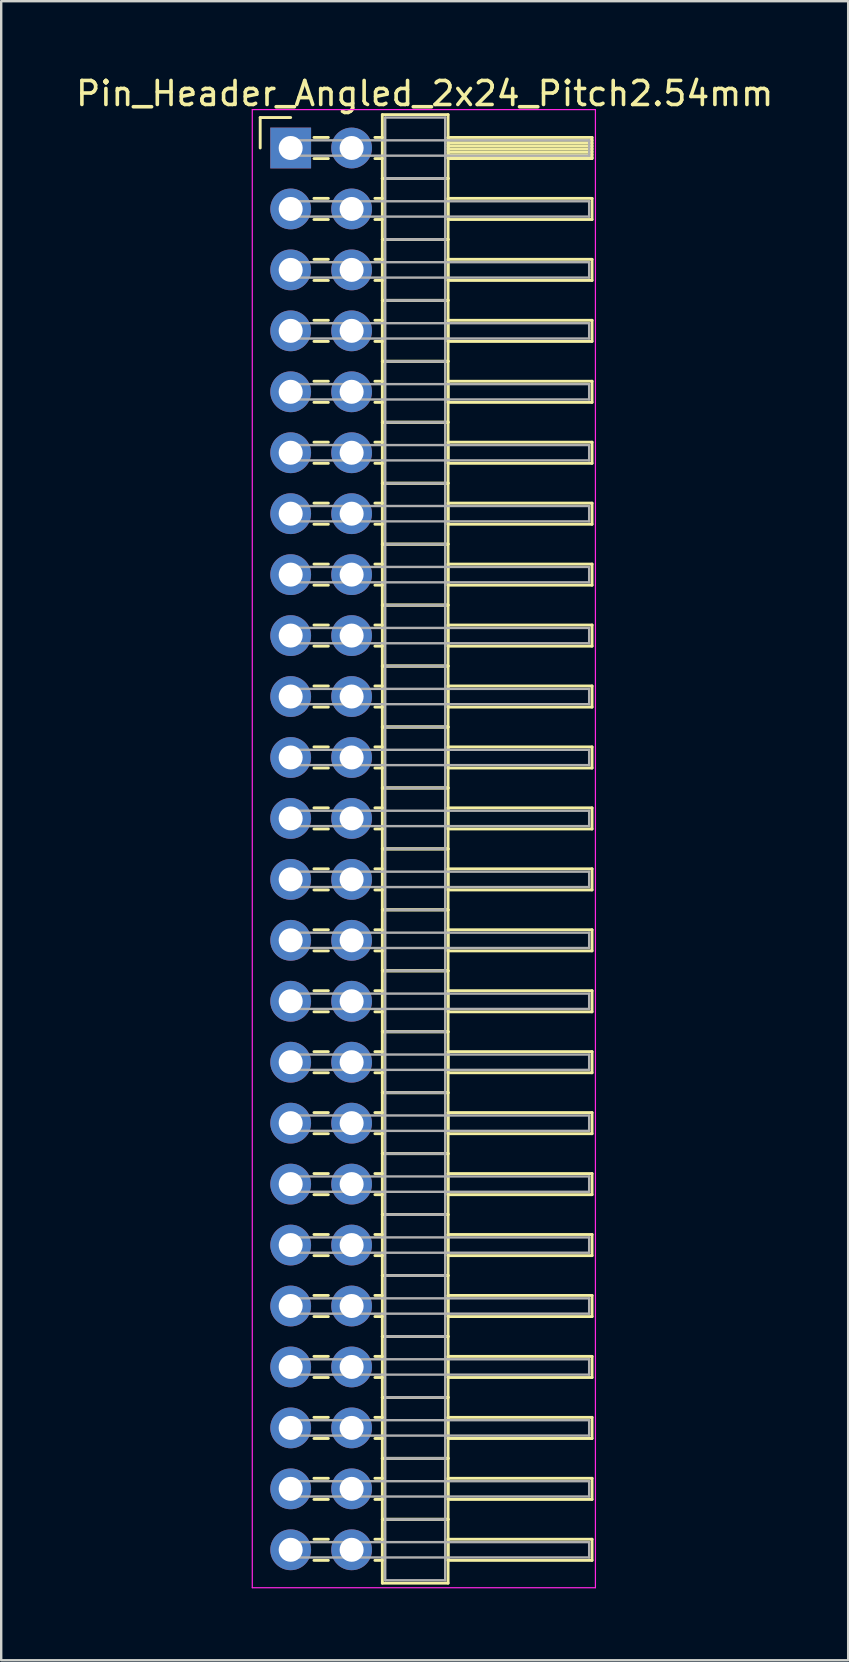
<source format=kicad_pcb>
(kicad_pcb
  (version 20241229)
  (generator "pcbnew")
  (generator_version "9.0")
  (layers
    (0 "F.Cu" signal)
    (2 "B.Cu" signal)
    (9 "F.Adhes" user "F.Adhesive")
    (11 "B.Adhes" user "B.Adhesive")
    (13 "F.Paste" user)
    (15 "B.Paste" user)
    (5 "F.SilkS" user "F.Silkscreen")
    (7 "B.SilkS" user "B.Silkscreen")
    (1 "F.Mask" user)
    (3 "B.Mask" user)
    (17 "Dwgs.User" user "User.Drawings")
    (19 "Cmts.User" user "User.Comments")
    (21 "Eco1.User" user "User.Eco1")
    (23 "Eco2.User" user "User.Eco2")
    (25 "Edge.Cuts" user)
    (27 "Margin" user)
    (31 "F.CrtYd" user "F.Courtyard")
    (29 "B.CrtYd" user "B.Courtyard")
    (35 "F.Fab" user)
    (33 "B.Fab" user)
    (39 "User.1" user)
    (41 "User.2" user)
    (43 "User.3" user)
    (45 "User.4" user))
  (footprint "Pin_Header_Angled_2x24_Pitch2.54mm"
    (layer "F.Cu")
    (at 9.064 3.118)
    (property "Reference" "Pin_Header_Angled_2x24_Pitch2.54mm" (at 5.585 -2.27 0) (layer "F.SilkS") (effects (font (size 1 1) (thickness 0.15))))
    (attr through_hole)
    (fp_line (start -1.27 -1.27) (end 0 -1.27) (stroke (width 0.12) (type solid)) (layer "F.SilkS"))
    (fp_line (start -1.27 0) (end -1.27 -1.27) (stroke (width 0.12) (type solid)) (layer "F.SilkS"))
    (fp_line (start 0.97 -0.44) (end 1.57 -0.44) (stroke (width 0.12) (type solid)) (layer "F.SilkS"))
    (fp_line (start 0.97 0.44) (end 1.57 0.44) (stroke (width 0.12) (type solid)) (layer "F.SilkS"))
    (fp_line (start 0.97 2.1) (end 1.57 2.1) (stroke (width 0.12) (type solid)) (layer "F.SilkS"))
    (fp_line (start 0.97 2.98) (end 1.57 2.98) (stroke (width 0.12) (type solid)) (layer "F.SilkS"))
    (fp_line (start 0.97 4.64) (end 1.57 4.64) (stroke (width 0.12) (type solid)) (layer "F.SilkS"))
    (fp_line (start 0.97 5.52) (end 1.57 5.52) (stroke (width 0.12) (type solid)) (layer "F.SilkS"))
    (fp_line (start 0.97 7.18) (end 1.57 7.18) (stroke (width 0.12) (type solid)) (layer "F.SilkS"))
    (fp_line (start 0.97 8.06) (end 1.57 8.06) (stroke (width 0.12) (type solid)) (layer "F.SilkS"))
    (fp_line (start 0.97 9.72) (end 1.57 9.72) (stroke (width 0.12) (type solid)) (layer "F.SilkS"))
    (fp_line (start 0.97 10.6) (end 1.57 10.6) (stroke (width 0.12) (type solid)) (layer "F.SilkS"))
    (fp_line (start 0.97 12.26) (end 1.57 12.26) (stroke (width 0.12) (type solid)) (layer "F.SilkS"))
    (fp_line (start 0.97 13.14) (end 1.57 13.14) (stroke (width 0.12) (type solid)) (layer "F.SilkS"))
    (fp_line (start 0.97 14.8) (end 1.57 14.8) (stroke (width 0.12) (type solid)) (layer "F.SilkS"))
    (fp_line (start 0.97 15.68) (end 1.57 15.68) (stroke (width 0.12) (type solid)) (layer "F.SilkS"))
    (fp_line (start 0.97 17.34) (end 1.57 17.34) (stroke (width 0.12) (type solid)) (layer "F.SilkS"))
    (fp_line (start 0.97 18.22) (end 1.57 18.22) (stroke (width 0.12) (type solid)) (layer "F.SilkS"))
    (fp_line (start 0.97 19.88) (end 1.57 19.88) (stroke (width 0.12) (type solid)) (layer "F.SilkS"))
    (fp_line (start 0.97 20.76) (end 1.57 20.76) (stroke (width 0.12) (type solid)) (layer "F.SilkS"))
    (fp_line (start 0.97 22.42) (end 1.57 22.42) (stroke (width 0.12) (type solid)) (layer "F.SilkS"))
    (fp_line (start 0.97 23.3) (end 1.57 23.3) (stroke (width 0.12) (type solid)) (layer "F.SilkS"))
    (fp_line (start 0.97 24.96) (end 1.57 24.96) (stroke (width 0.12) (type solid)) (layer "F.SilkS"))
    (fp_line (start 0.97 25.84) (end 1.57 25.84) (stroke (width 0.12) (type solid)) (layer "F.SilkS"))
    (fp_line (start 0.97 27.5) (end 1.57 27.5) (stroke (width 0.12) (type solid)) (layer "F.SilkS"))
    (fp_line (start 0.97 28.38) (end 1.57 28.38) (stroke (width 0.12) (type solid)) (layer "F.SilkS"))
    (fp_line (start 0.97 30.04) (end 1.57 30.04) (stroke (width 0.12) (type solid)) (layer "F.SilkS"))
    (fp_line (start 0.97 30.92) (end 1.57 30.92) (stroke (width 0.12) (type solid)) (layer "F.SilkS"))
    (fp_line (start 0.97 32.58) (end 1.57 32.58) (stroke (width 0.12) (type solid)) (layer "F.SilkS"))
    (fp_line (start 0.97 33.46) (end 1.57 33.46) (stroke (width 0.12) (type solid)) (layer "F.SilkS"))
    (fp_line (start 0.97 35.12) (end 1.57 35.12) (stroke (width 0.12) (type solid)) (layer "F.SilkS"))
    (fp_line (start 0.97 36) (end 1.57 36) (stroke (width 0.12) (type solid)) (layer "F.SilkS"))
    (fp_line (start 0.97 37.66) (end 1.57 37.66) (stroke (width 0.12) (type solid)) (layer "F.SilkS"))
    (fp_line (start 0.97 38.54) (end 1.57 38.54) (stroke (width 0.12) (type solid)) (layer "F.SilkS"))
    (fp_line (start 0.97 40.2) (end 1.57 40.2) (stroke (width 0.12) (type solid)) (layer "F.SilkS"))
    (fp_line (start 0.97 41.08) (end 1.57 41.08) (stroke (width 0.12) (type solid)) (layer "F.SilkS"))
    (fp_line (start 0.97 42.74) (end 1.57 42.74) (stroke (width 0.12) (type solid)) (layer "F.SilkS"))
    (fp_line (start 0.97 43.62) (end 1.57 43.62) (stroke (width 0.12) (type solid)) (layer "F.SilkS"))
    (fp_line (start 0.97 45.28) (end 1.57 45.28) (stroke (width 0.12) (type solid)) (layer "F.SilkS"))
    (fp_line (start 0.97 46.16) (end 1.57 46.16) (stroke (width 0.12) (type solid)) (layer "F.SilkS"))
    (fp_line (start 0.97 47.82) (end 1.57 47.82) (stroke (width 0.12) (type solid)) (layer "F.SilkS"))
    (fp_line (start 0.97 48.7) (end 1.57 48.7) (stroke (width 0.12) (type solid)) (layer "F.SilkS"))
    (fp_line (start 0.97 50.36) (end 1.57 50.36) (stroke (width 0.12) (type solid)) (layer "F.SilkS"))
    (fp_line (start 0.97 51.24) (end 1.57 51.24) (stroke (width 0.12) (type solid)) (layer "F.SilkS"))
    (fp_line (start 0.97 52.9) (end 1.57 52.9) (stroke (width 0.12) (type solid)) (layer "F.SilkS"))
    (fp_line (start 0.97 53.78) (end 1.57 53.78) (stroke (width 0.12) (type solid)) (layer "F.SilkS"))
    (fp_line (start 0.97 55.44) (end 1.57 55.44) (stroke (width 0.12) (type solid)) (layer "F.SilkS"))
    (fp_line (start 0.97 56.32) (end 1.57 56.32) (stroke (width 0.12) (type solid)) (layer "F.SilkS"))
    (fp_line (start 0.97 57.98) (end 1.57 57.98) (stroke (width 0.12) (type solid)) (layer "F.SilkS"))
    (fp_line (start 0.97 58.86) (end 1.57 58.86) (stroke (width 0.12) (type solid)) (layer "F.SilkS"))
    (fp_line (start 3.51 -0.44) (end 3.82 -0.44) (stroke (width 0.12) (type solid)) (layer "F.SilkS"))
    (fp_line (start 3.51 0.44) (end 3.82 0.44) (stroke (width 0.12) (type solid)) (layer "F.SilkS"))
    (fp_line (start 3.51 2.1) (end 3.82 2.1) (stroke (width 0.12) (type solid)) (layer "F.SilkS"))
    (fp_line (start 3.51 2.98) (end 3.82 2.98) (stroke (width 0.12) (type solid)) (layer "F.SilkS"))
    (fp_line (start 3.51 4.64) (end 3.82 4.64) (stroke (width 0.12) (type solid)) (layer "F.SilkS"))
    (fp_line (start 3.51 5.52) (end 3.82 5.52) (stroke (width 0.12) (type solid)) (layer "F.SilkS"))
    (fp_line (start 3.51 7.18) (end 3.82 7.18) (stroke (width 0.12) (type solid)) (layer "F.SilkS"))
    (fp_line (start 3.51 8.06) (end 3.82 8.06) (stroke (width 0.12) (type solid)) (layer "F.SilkS"))
    (fp_line (start 3.51 9.72) (end 3.82 9.72) (stroke (width 0.12) (type solid)) (layer "F.SilkS"))
    (fp_line (start 3.51 10.6) (end 3.82 10.6) (stroke (width 0.12) (type solid)) (layer "F.SilkS"))
    (fp_line (start 3.51 12.26) (end 3.82 12.26) (stroke (width 0.12) (type solid)) (layer "F.SilkS"))
    (fp_line (start 3.51 13.14) (end 3.82 13.14) (stroke (width 0.12) (type solid)) (layer "F.SilkS"))
    (fp_line (start 3.51 14.8) (end 3.82 14.8) (stroke (width 0.12) (type solid)) (layer "F.SilkS"))
    (fp_line (start 3.51 15.68) (end 3.82 15.68) (stroke (width 0.12) (type solid)) (layer "F.SilkS"))
    (fp_line (start 3.51 17.34) (end 3.82 17.34) (stroke (width 0.12) (type solid)) (layer "F.SilkS"))
    (fp_line (start 3.51 18.22) (end 3.82 18.22) (stroke (width 0.12) (type solid)) (layer "F.SilkS"))
    (fp_line (start 3.51 19.88) (end 3.82 19.88) (stroke (width 0.12) (type solid)) (layer "F.SilkS"))
    (fp_line (start 3.51 20.76) (end 3.82 20.76) (stroke (width 0.12) (type solid)) (layer "F.SilkS"))
    (fp_line (start 3.51 22.42) (end 3.82 22.42) (stroke (width 0.12) (type solid)) (layer "F.SilkS"))
    (fp_line (start 3.51 23.3) (end 3.82 23.3) (stroke (width 0.12) (type solid)) (layer "F.SilkS"))
    (fp_line (start 3.51 24.96) (end 3.82 24.96) (stroke (width 0.12) (type solid)) (layer "F.SilkS"))
    (fp_line (start 3.51 25.84) (end 3.82 25.84) (stroke (width 0.12) (type solid)) (layer "F.SilkS"))
    (fp_line (start 3.51 27.5) (end 3.82 27.5) (stroke (width 0.12) (type solid)) (layer "F.SilkS"))
    (fp_line (start 3.51 28.38) (end 3.82 28.38) (stroke (width 0.12) (type solid)) (layer "F.SilkS"))
    (fp_line (start 3.51 30.04) (end 3.82 30.04) (stroke (width 0.12) (type solid)) (layer "F.SilkS"))
    (fp_line (start 3.51 30.92) (end 3.82 30.92) (stroke (width 0.12) (type solid)) (layer "F.SilkS"))
    (fp_line (start 3.51 32.58) (end 3.82 32.58) (stroke (width 0.12) (type solid)) (layer "F.SilkS"))
    (fp_line (start 3.51 33.46) (end 3.82 33.46) (stroke (width 0.12) (type solid)) (layer "F.SilkS"))
    (fp_line (start 3.51 35.12) (end 3.82 35.12) (stroke (width 0.12) (type solid)) (layer "F.SilkS"))
    (fp_line (start 3.51 36) (end 3.82 36) (stroke (width 0.12) (type solid)) (layer "F.SilkS"))
    (fp_line (start 3.51 37.66) (end 3.82 37.66) (stroke (width 0.12) (type solid)) (layer "F.SilkS"))
    (fp_line (start 3.51 38.54) (end 3.82 38.54) (stroke (width 0.12) (type solid)) (layer "F.SilkS"))
    (fp_line (start 3.51 40.2) (end 3.82 40.2) (stroke (width 0.12) (type solid)) (layer "F.SilkS"))
    (fp_line (start 3.51 41.08) (end 3.82 41.08) (stroke (width 0.12) (type solid)) (layer "F.SilkS"))
    (fp_line (start 3.51 42.74) (end 3.82 42.74) (stroke (width 0.12) (type solid)) (layer "F.SilkS"))
    (fp_line (start 3.51 43.62) (end 3.82 43.62) (stroke (width 0.12) (type solid)) (layer "F.SilkS"))
    (fp_line (start 3.51 45.28) (end 3.82 45.28) (stroke (width 0.12) (type solid)) (layer "F.SilkS"))
    (fp_line (start 3.51 46.16) (end 3.82 46.16) (stroke (width 0.12) (type solid)) (layer "F.SilkS"))
    (fp_line (start 3.51 47.82) (end 3.82 47.82) (stroke (width 0.12) (type solid)) (layer "F.SilkS"))
    (fp_line (start 3.51 48.7) (end 3.82 48.7) (stroke (width 0.12) (type solid)) (layer "F.SilkS"))
    (fp_line (start 3.51 50.36) (end 3.82 50.36) (stroke (width 0.12) (type solid)) (layer "F.SilkS"))
    (fp_line (start 3.51 51.24) (end 3.82 51.24) (stroke (width 0.12) (type solid)) (layer "F.SilkS"))
    (fp_line (start 3.51 52.9) (end 3.82 52.9) (stroke (width 0.12) (type solid)) (layer "F.SilkS"))
    (fp_line (start 3.51 53.78) (end 3.82 53.78) (stroke (width 0.12) (type solid)) (layer "F.SilkS"))
    (fp_line (start 3.51 55.44) (end 3.82 55.44) (stroke (width 0.12) (type solid)) (layer "F.SilkS"))
    (fp_line (start 3.51 56.32) (end 3.82 56.32) (stroke (width 0.12) (type solid)) (layer "F.SilkS"))
    (fp_line (start 3.51 57.98) (end 3.82 57.98) (stroke (width 0.12) (type solid)) (layer "F.SilkS"))
    (fp_line (start 3.51 58.86) (end 3.82 58.86) (stroke (width 0.12) (type solid)) (layer "F.SilkS"))
    (fp_line (start 3.82 -1.39) (end 3.82 1.27) (stroke (width 0.12) (type solid)) (layer "F.SilkS"))
    (fp_line (start 3.82 1.27) (end 3.82 3.81) (stroke (width 0.12) (type solid)) (layer "F.SilkS"))
    (fp_line (start 3.82 1.27) (end 6.56 1.27) (stroke (width 0.12) (type solid)) (layer "F.SilkS"))
    (fp_line (start 3.82 3.81) (end 3.82 6.35) (stroke (width 0.12) (type solid)) (layer "F.SilkS"))
    (fp_line (start 3.82 3.81) (end 6.56 3.81) (stroke (width 0.12) (type solid)) (layer "F.SilkS"))
    (fp_line (start 3.82 6.35) (end 3.82 8.89) (stroke (width 0.12) (type solid)) (layer "F.SilkS"))
    (fp_line (start 3.82 6.35) (end 6.56 6.35) (stroke (width 0.12) (type solid)) (layer "F.SilkS"))
    (fp_line (start 3.82 8.89) (end 3.82 11.43) (stroke (width 0.12) (type solid)) (layer "F.SilkS"))
    (fp_line (start 3.82 8.89) (end 6.56 8.89) (stroke (width 0.12) (type solid)) (layer "F.SilkS"))
    (fp_line (start 3.82 11.43) (end 3.82 13.97) (stroke (width 0.12) (type solid)) (layer "F.SilkS"))
    (fp_line (start 3.82 11.43) (end 6.56 11.43) (stroke (width 0.12) (type solid)) (layer "F.SilkS"))
    (fp_line (start 3.82 13.97) (end 3.82 16.51) (stroke (width 0.12) (type solid)) (layer "F.SilkS"))
    (fp_line (start 3.82 13.97) (end 6.56 13.97) (stroke (width 0.12) (type solid)) (layer "F.SilkS"))
    (fp_line (start 3.82 16.51) (end 3.82 19.05) (stroke (width 0.12) (type solid)) (layer "F.SilkS"))
    (fp_line (start 3.82 16.51) (end 6.56 16.51) (stroke (width 0.12) (type solid)) (layer "F.SilkS"))
    (fp_line (start 3.82 19.05) (end 3.82 21.59) (stroke (width 0.12) (type solid)) (layer "F.SilkS"))
    (fp_line (start 3.82 19.05) (end 6.56 19.05) (stroke (width 0.12) (type solid)) (layer "F.SilkS"))
    (fp_line (start 3.82 21.59) (end 3.82 24.13) (stroke (width 0.12) (type solid)) (layer "F.SilkS"))
    (fp_line (start 3.82 21.59) (end 6.56 21.59) (stroke (width 0.12) (type solid)) (layer "F.SilkS"))
    (fp_line (start 3.82 24.13) (end 3.82 26.67) (stroke (width 0.12) (type solid)) (layer "F.SilkS"))
    (fp_line (start 3.82 24.13) (end 6.56 24.13) (stroke (width 0.12) (type solid)) (layer "F.SilkS"))
    (fp_line (start 3.82 26.67) (end 3.82 29.21) (stroke (width 0.12) (type solid)) (layer "F.SilkS"))
    (fp_line (start 3.82 26.67) (end 6.56 26.67) (stroke (width 0.12) (type solid)) (layer "F.SilkS"))
    (fp_line (start 3.82 29.21) (end 3.82 31.75) (stroke (width 0.12) (type solid)) (layer "F.SilkS"))
    (fp_line (start 3.82 29.21) (end 6.56 29.21) (stroke (width 0.12) (type solid)) (layer "F.SilkS"))
    (fp_line (start 3.82 31.75) (end 3.82 34.29) (stroke (width 0.12) (type solid)) (layer "F.SilkS"))
    (fp_line (start 3.82 31.75) (end 6.56 31.75) (stroke (width 0.12) (type solid)) (layer "F.SilkS"))
    (fp_line (start 3.82 34.29) (end 3.82 36.83) (stroke (width 0.12) (type solid)) (layer "F.SilkS"))
    (fp_line (start 3.82 34.29) (end 6.56 34.29) (stroke (width 0.12) (type solid)) (layer "F.SilkS"))
    (fp_line (start 3.82 36.83) (end 3.82 39.37) (stroke (width 0.12) (type solid)) (layer "F.SilkS"))
    (fp_line (start 3.82 36.83) (end 6.56 36.83) (stroke (width 0.12) (type solid)) (layer "F.SilkS"))
    (fp_line (start 3.82 39.37) (end 3.82 41.91) (stroke (width 0.12) (type solid)) (layer "F.SilkS"))
    (fp_line (start 3.82 39.37) (end 6.56 39.37) (stroke (width 0.12) (type solid)) (layer "F.SilkS"))
    (fp_line (start 3.82 41.91) (end 3.82 44.45) (stroke (width 0.12) (type solid)) (layer "F.SilkS"))
    (fp_line (start 3.82 41.91) (end 6.56 41.91) (stroke (width 0.12) (type solid)) (layer "F.SilkS"))
    (fp_line (start 3.82 44.45) (end 3.82 46.99) (stroke (width 0.12) (type solid)) (layer "F.SilkS"))
    (fp_line (start 3.82 44.45) (end 6.56 44.45) (stroke (width 0.12) (type solid)) (layer "F.SilkS"))
    (fp_line (start 3.82 46.99) (end 3.82 49.53) (stroke (width 0.12) (type solid)) (layer "F.SilkS"))
    (fp_line (start 3.82 46.99) (end 6.56 46.99) (stroke (width 0.12) (type solid)) (layer "F.SilkS"))
    (fp_line (start 3.82 49.53) (end 3.82 52.07) (stroke (width 0.12) (type solid)) (layer "F.SilkS"))
    (fp_line (start 3.82 49.53) (end 6.56 49.53) (stroke (width 0.12) (type solid)) (layer "F.SilkS"))
    (fp_line (start 3.82 52.07) (end 3.82 54.61) (stroke (width 0.12) (type solid)) (layer "F.SilkS"))
    (fp_line (start 3.82 52.07) (end 6.56 52.07) (stroke (width 0.12) (type solid)) (layer "F.SilkS"))
    (fp_line (start 3.82 54.61) (end 3.82 57.15) (stroke (width 0.12) (type solid)) (layer "F.SilkS"))
    (fp_line (start 3.82 54.61) (end 6.56 54.61) (stroke (width 0.12) (type solid)) (layer "F.SilkS"))
    (fp_line (start 3.82 57.15) (end 3.82 59.81) (stroke (width 0.12) (type solid)) (layer "F.SilkS"))
    (fp_line (start 3.82 57.15) (end 6.56 57.15) (stroke (width 0.12) (type solid)) (layer "F.SilkS"))
    (fp_line (start 3.82 59.81) (end 6.56 59.81) (stroke (width 0.12) (type solid)) (layer "F.SilkS"))
    (fp_line (start 6.56 -1.39) (end 3.82 -1.39) (stroke (width 0.12) (type solid)) (layer "F.SilkS"))
    (fp_line (start 6.56 -0.44) (end 6.56 0.44) (stroke (width 0.12) (type solid)) (layer "F.SilkS"))
    (fp_line (start 6.56 -0.32) (end 12.56 -0.32) (stroke (width 0.12) (type solid)) (layer "F.SilkS"))
    (fp_line (start 6.56 -0.2) (end 12.56 -0.2) (stroke (width 0.12) (type solid)) (layer "F.SilkS"))
    (fp_line (start 6.56 -0.08) (end 12.56 -0.08) (stroke (width 0.12) (type solid)) (layer "F.SilkS"))
    (fp_line (start 6.56 0.04) (end 12.56 0.04) (stroke (width 0.12) (type solid)) (layer "F.SilkS"))
    (fp_line (start 6.56 0.16) (end 12.56 0.16) (stroke (width 0.12) (type solid)) (layer "F.SilkS"))
    (fp_line (start 6.56 0.28) (end 12.56 0.28) (stroke (width 0.12) (type solid)) (layer "F.SilkS"))
    (fp_line (start 6.56 0.4) (end 12.56 0.4) (stroke (width 0.12) (type solid)) (layer "F.SilkS"))
    (fp_line (start 6.56 0.44) (end 12.56 0.44) (stroke (width 0.12) (type solid)) (layer "F.SilkS"))
    (fp_line (start 6.56 1.27) (end 3.82 1.27) (stroke (width 0.12) (type solid)) (layer "F.SilkS"))
    (fp_line (start 6.56 1.27) (end 6.56 -1.39) (stroke (width 0.12) (type solid)) (layer "F.SilkS"))
    (fp_line (start 6.56 2.1) (end 6.56 2.98) (stroke (width 0.12) (type solid)) (layer "F.SilkS"))
    (fp_line (start 6.56 2.98) (end 12.56 2.98) (stroke (width 0.12) (type solid)) (layer "F.SilkS"))
    (fp_line (start 6.56 3.81) (end 3.82 3.81) (stroke (width 0.12) (type solid)) (layer "F.SilkS"))
    (fp_line (start 6.56 3.81) (end 6.56 1.27) (stroke (width 0.12) (type solid)) (layer "F.SilkS"))
    (fp_line (start 6.56 4.64) (end 6.56 5.52) (stroke (width 0.12) (type solid)) (layer "F.SilkS"))
    (fp_line (start 6.56 5.52) (end 12.56 5.52) (stroke (width 0.12) (type solid)) (layer "F.SilkS"))
    (fp_line (start 6.56 6.35) (end 3.82 6.35) (stroke (width 0.12) (type solid)) (layer "F.SilkS"))
    (fp_line (start 6.56 6.35) (end 6.56 3.81) (stroke (width 0.12) (type solid)) (layer "F.SilkS"))
    (fp_line (start 6.56 7.18) (end 6.56 8.06) (stroke (width 0.12) (type solid)) (layer "F.SilkS"))
    (fp_line (start 6.56 8.06) (end 12.56 8.06) (stroke (width 0.12) (type solid)) (layer "F.SilkS"))
    (fp_line (start 6.56 8.89) (end 3.82 8.89) (stroke (width 0.12) (type solid)) (layer "F.SilkS"))
    (fp_line (start 6.56 8.89) (end 6.56 6.35) (stroke (width 0.12) (type solid)) (layer "F.SilkS"))
    (fp_line (start 6.56 9.72) (end 6.56 10.6) (stroke (width 0.12) (type solid)) (layer "F.SilkS"))
    (fp_line (start 6.56 10.6) (end 12.56 10.6) (stroke (width 0.12) (type solid)) (layer "F.SilkS"))
    (fp_line (start 6.56 11.43) (end 3.82 11.43) (stroke (width 0.12) (type solid)) (layer "F.SilkS"))
    (fp_line (start 6.56 11.43) (end 6.56 8.89) (stroke (width 0.12) (type solid)) (layer "F.SilkS"))
    (fp_line (start 6.56 12.26) (end 6.56 13.14) (stroke (width 0.12) (type solid)) (layer "F.SilkS"))
    (fp_line (start 6.56 13.14) (end 12.56 13.14) (stroke (width 0.12) (type solid)) (layer "F.SilkS"))
    (fp_line (start 6.56 13.97) (end 3.82 13.97) (stroke (width 0.12) (type solid)) (layer "F.SilkS"))
    (fp_line (start 6.56 13.97) (end 6.56 11.43) (stroke (width 0.12) (type solid)) (layer "F.SilkS"))
    (fp_line (start 6.56 14.8) (end 6.56 15.68) (stroke (width 0.12) (type solid)) (layer "F.SilkS"))
    (fp_line (start 6.56 15.68) (end 12.56 15.68) (stroke (width 0.12) (type solid)) (layer "F.SilkS"))
    (fp_line (start 6.56 16.51) (end 3.82 16.51) (stroke (width 0.12) (type solid)) (layer "F.SilkS"))
    (fp_line (start 6.56 16.51) (end 6.56 13.97) (stroke (width 0.12) (type solid)) (layer "F.SilkS"))
    (fp_line (start 6.56 17.34) (end 6.56 18.22) (stroke (width 0.12) (type solid)) (layer "F.SilkS"))
    (fp_line (start 6.56 18.22) (end 12.56 18.22) (stroke (width 0.12) (type solid)) (layer "F.SilkS"))
    (fp_line (start 6.56 19.05) (end 3.82 19.05) (stroke (width 0.12) (type solid)) (layer "F.SilkS"))
    (fp_line (start 6.56 19.05) (end 6.56 16.51) (stroke (width 0.12) (type solid)) (layer "F.SilkS"))
    (fp_line (start 6.56 19.88) (end 6.56 20.76) (stroke (width 0.12) (type solid)) (layer "F.SilkS"))
    (fp_line (start 6.56 20.76) (end 12.56 20.76) (stroke (width 0.12) (type solid)) (layer "F.SilkS"))
    (fp_line (start 6.56 21.59) (end 3.82 21.59) (stroke (width 0.12) (type solid)) (layer "F.SilkS"))
    (fp_line (start 6.56 21.59) (end 6.56 19.05) (stroke (width 0.12) (type solid)) (layer "F.SilkS"))
    (fp_line (start 6.56 22.42) (end 6.56 23.3) (stroke (width 0.12) (type solid)) (layer "F.SilkS"))
    (fp_line (start 6.56 23.3) (end 12.56 23.3) (stroke (width 0.12) (type solid)) (layer "F.SilkS"))
    (fp_line (start 6.56 24.13) (end 3.82 24.13) (stroke (width 0.12) (type solid)) (layer "F.SilkS"))
    (fp_line (start 6.56 24.13) (end 6.56 21.59) (stroke (width 0.12) (type solid)) (layer "F.SilkS"))
    (fp_line (start 6.56 24.96) (end 6.56 25.84) (stroke (width 0.12) (type solid)) (layer "F.SilkS"))
    (fp_line (start 6.56 25.84) (end 12.56 25.84) (stroke (width 0.12) (type solid)) (layer "F.SilkS"))
    (fp_line (start 6.56 26.67) (end 3.82 26.67) (stroke (width 0.12) (type solid)) (layer "F.SilkS"))
    (fp_line (start 6.56 26.67) (end 6.56 24.13) (stroke (width 0.12) (type solid)) (layer "F.SilkS"))
    (fp_line (start 6.56 27.5) (end 6.56 28.38) (stroke (width 0.12) (type solid)) (layer "F.SilkS"))
    (fp_line (start 6.56 28.38) (end 12.56 28.38) (stroke (width 0.12) (type solid)) (layer "F.SilkS"))
    (fp_line (start 6.56 29.21) (end 3.82 29.21) (stroke (width 0.12) (type solid)) (layer "F.SilkS"))
    (fp_line (start 6.56 29.21) (end 6.56 26.67) (stroke (width 0.12) (type solid)) (layer "F.SilkS"))
    (fp_line (start 6.56 30.04) (end 6.56 30.92) (stroke (width 0.12) (type solid)) (layer "F.SilkS"))
    (fp_line (start 6.56 30.92) (end 12.56 30.92) (stroke (width 0.12) (type solid)) (layer "F.SilkS"))
    (fp_line (start 6.56 31.75) (end 3.82 31.75) (stroke (width 0.12) (type solid)) (layer "F.SilkS"))
    (fp_line (start 6.56 31.75) (end 6.56 29.21) (stroke (width 0.12) (type solid)) (layer "F.SilkS"))
    (fp_line (start 6.56 32.58) (end 6.56 33.46) (stroke (width 0.12) (type solid)) (layer "F.SilkS"))
    (fp_line (start 6.56 33.46) (end 12.56 33.46) (stroke (width 0.12) (type solid)) (layer "F.SilkS"))
    (fp_line (start 6.56 34.29) (end 3.82 34.29) (stroke (width 0.12) (type solid)) (layer "F.SilkS"))
    (fp_line (start 6.56 34.29) (end 6.56 31.75) (stroke (width 0.12) (type solid)) (layer "F.SilkS"))
    (fp_line (start 6.56 35.12) (end 6.56 36) (stroke (width 0.12) (type solid)) (layer "F.SilkS"))
    (fp_line (start 6.56 36) (end 12.56 36) (stroke (width 0.12) (type solid)) (layer "F.SilkS"))
    (fp_line (start 6.56 36.83) (end 3.82 36.83) (stroke (width 0.12) (type solid)) (layer "F.SilkS"))
    (fp_line (start 6.56 36.83) (end 6.56 34.29) (stroke (width 0.12) (type solid)) (layer "F.SilkS"))
    (fp_line (start 6.56 37.66) (end 6.56 38.54) (stroke (width 0.12) (type solid)) (layer "F.SilkS"))
    (fp_line (start 6.56 38.54) (end 12.56 38.54) (stroke (width 0.12) (type solid)) (layer "F.SilkS"))
    (fp_line (start 6.56 39.37) (end 3.82 39.37) (stroke (width 0.12) (type solid)) (layer "F.SilkS"))
    (fp_line (start 6.56 39.37) (end 6.56 36.83) (stroke (width 0.12) (type solid)) (layer "F.SilkS"))
    (fp_line (start 6.56 40.2) (end 6.56 41.08) (stroke (width 0.12) (type solid)) (layer "F.SilkS"))
    (fp_line (start 6.56 41.08) (end 12.56 41.08) (stroke (width 0.12) (type solid)) (layer "F.SilkS"))
    (fp_line (start 6.56 41.91) (end 3.82 41.91) (stroke (width 0.12) (type solid)) (layer "F.SilkS"))
    (fp_line (start 6.56 41.91) (end 6.56 39.37) (stroke (width 0.12) (type solid)) (layer "F.SilkS"))
    (fp_line (start 6.56 42.74) (end 6.56 43.62) (stroke (width 0.12) (type solid)) (layer "F.SilkS"))
    (fp_line (start 6.56 43.62) (end 12.56 43.62) (stroke (width 0.12) (type solid)) (layer "F.SilkS"))
    (fp_line (start 6.56 44.45) (end 3.82 44.45) (stroke (width 0.12) (type solid)) (layer "F.SilkS"))
    (fp_line (start 6.56 44.45) (end 6.56 41.91) (stroke (width 0.12) (type solid)) (layer "F.SilkS"))
    (fp_line (start 6.56 45.28) (end 6.56 46.16) (stroke (width 0.12) (type solid)) (layer "F.SilkS"))
    (fp_line (start 6.56 46.16) (end 12.56 46.16) (stroke (width 0.12) (type solid)) (layer "F.SilkS"))
    (fp_line (start 6.56 46.99) (end 3.82 46.99) (stroke (width 0.12) (type solid)) (layer "F.SilkS"))
    (fp_line (start 6.56 46.99) (end 6.56 44.45) (stroke (width 0.12) (type solid)) (layer "F.SilkS"))
    (fp_line (start 6.56 47.82) (end 6.56 48.7) (stroke (width 0.12) (type solid)) (layer "F.SilkS"))
    (fp_line (start 6.56 48.7) (end 12.56 48.7) (stroke (width 0.12) (type solid)) (layer "F.SilkS"))
    (fp_line (start 6.56 49.53) (end 3.82 49.53) (stroke (width 0.12) (type solid)) (layer "F.SilkS"))
    (fp_line (start 6.56 49.53) (end 6.56 46.99) (stroke (width 0.12) (type solid)) (layer "F.SilkS"))
    (fp_line (start 6.56 50.36) (end 6.56 51.24) (stroke (width 0.12) (type solid)) (layer "F.SilkS"))
    (fp_line (start 6.56 51.24) (end 12.56 51.24) (stroke (width 0.12) (type solid)) (layer "F.SilkS"))
    (fp_line (start 6.56 52.07) (end 3.82 52.07) (stroke (width 0.12) (type solid)) (layer "F.SilkS"))
    (fp_line (start 6.56 52.07) (end 6.56 49.53) (stroke (width 0.12) (type solid)) (layer "F.SilkS"))
    (fp_line (start 6.56 52.9) (end 6.56 53.78) (stroke (width 0.12) (type solid)) (layer "F.SilkS"))
    (fp_line (start 6.56 53.78) (end 12.56 53.78) (stroke (width 0.12) (type solid)) (layer "F.SilkS"))
    (fp_line (start 6.56 54.61) (end 3.82 54.61) (stroke (width 0.12) (type solid)) (layer "F.SilkS"))
    (fp_line (start 6.56 54.61) (end 6.56 52.07) (stroke (width 0.12) (type solid)) (layer "F.SilkS"))
    (fp_line (start 6.56 55.44) (end 6.56 56.32) (stroke (width 0.12) (type solid)) (layer "F.SilkS"))
    (fp_line (start 6.56 56.32) (end 12.56 56.32) (stroke (width 0.12) (type solid)) (layer "F.SilkS"))
    (fp_line (start 6.56 57.15) (end 3.82 57.15) (stroke (width 0.12) (type solid)) (layer "F.SilkS"))
    (fp_line (start 6.56 57.15) (end 6.56 54.61) (stroke (width 0.12) (type solid)) (layer "F.SilkS"))
    (fp_line (start 6.56 57.98) (end 6.56 58.86) (stroke (width 0.12) (type solid)) (layer "F.SilkS"))
    (fp_line (start 6.56 58.86) (end 12.56 58.86) (stroke (width 0.12) (type solid)) (layer "F.SilkS"))
    (fp_line (start 6.56 59.81) (end 6.56 57.15) (stroke (width 0.12) (type solid)) (layer "F.SilkS"))
    (fp_line (start 12.56 -0.44) (end 6.56 -0.44) (stroke (width 0.12) (type solid)) (layer "F.SilkS"))
    (fp_line (start 12.56 0.44) (end 12.56 -0.44) (stroke (width 0.12) (type solid)) (layer "F.SilkS"))
    (fp_line (start 12.56 2.1) (end 6.56 2.1) (stroke (width 0.12) (type solid)) (layer "F.SilkS"))
    (fp_line (start 12.56 2.98) (end 12.56 2.1) (stroke (width 0.12) (type solid)) (layer "F.SilkS"))
    (fp_line (start 12.56 4.64) (end 6.56 4.64) (stroke (width 0.12) (type solid)) (layer "F.SilkS"))
    (fp_line (start 12.56 5.52) (end 12.56 4.64) (stroke (width 0.12) (type solid)) (layer "F.SilkS"))
    (fp_line (start 12.56 7.18) (end 6.56 7.18) (stroke (width 0.12) (type solid)) (layer "F.SilkS"))
    (fp_line (start 12.56 8.06) (end 12.56 7.18) (stroke (width 0.12) (type solid)) (layer "F.SilkS"))
    (fp_line (start 12.56 9.72) (end 6.56 9.72) (stroke (width 0.12) (type solid)) (layer "F.SilkS"))
    (fp_line (start 12.56 10.6) (end 12.56 9.72) (stroke (width 0.12) (type solid)) (layer "F.SilkS"))
    (fp_line (start 12.56 12.26) (end 6.56 12.26) (stroke (width 0.12) (type solid)) (layer "F.SilkS"))
    (fp_line (start 12.56 13.14) (end 12.56 12.26) (stroke (width 0.12) (type solid)) (layer "F.SilkS"))
    (fp_line (start 12.56 14.8) (end 6.56 14.8) (stroke (width 0.12) (type solid)) (layer "F.SilkS"))
    (fp_line (start 12.56 15.68) (end 12.56 14.8) (stroke (width 0.12) (type solid)) (layer "F.SilkS"))
    (fp_line (start 12.56 17.34) (end 6.56 17.34) (stroke (width 0.12) (type solid)) (layer "F.SilkS"))
    (fp_line (start 12.56 18.22) (end 12.56 17.34) (stroke (width 0.12) (type solid)) (layer "F.SilkS"))
    (fp_line (start 12.56 19.88) (end 6.56 19.88) (stroke (width 0.12) (type solid)) (layer "F.SilkS"))
    (fp_line (start 12.56 20.76) (end 12.56 19.88) (stroke (width 0.12) (type solid)) (layer "F.SilkS"))
    (fp_line (start 12.56 22.42) (end 6.56 22.42) (stroke (width 0.12) (type solid)) (layer "F.SilkS"))
    (fp_line (start 12.56 23.3) (end 12.56 22.42) (stroke (width 0.12) (type solid)) (layer "F.SilkS"))
    (fp_line (start 12.56 24.96) (end 6.56 24.96) (stroke (width 0.12) (type solid)) (layer "F.SilkS"))
    (fp_line (start 12.56 25.84) (end 12.56 24.96) (stroke (width 0.12) (type solid)) (layer "F.SilkS"))
    (fp_line (start 12.56 27.5) (end 6.56 27.5) (stroke (width 0.12) (type solid)) (layer "F.SilkS"))
    (fp_line (start 12.56 28.38) (end 12.56 27.5) (stroke (width 0.12) (type solid)) (layer "F.SilkS"))
    (fp_line (start 12.56 30.04) (end 6.56 30.04) (stroke (width 0.12) (type solid)) (layer "F.SilkS"))
    (fp_line (start 12.56 30.92) (end 12.56 30.04) (stroke (width 0.12) (type solid)) (layer "F.SilkS"))
    (fp_line (start 12.56 32.58) (end 6.56 32.58) (stroke (width 0.12) (type solid)) (layer "F.SilkS"))
    (fp_line (start 12.56 33.46) (end 12.56 32.58) (stroke (width 0.12) (type solid)) (layer "F.SilkS"))
    (fp_line (start 12.56 35.12) (end 6.56 35.12) (stroke (width 0.12) (type solid)) (layer "F.SilkS"))
    (fp_line (start 12.56 36) (end 12.56 35.12) (stroke (width 0.12) (type solid)) (layer "F.SilkS"))
    (fp_line (start 12.56 37.66) (end 6.56 37.66) (stroke (width 0.12) (type solid)) (layer "F.SilkS"))
    (fp_line (start 12.56 38.54) (end 12.56 37.66) (stroke (width 0.12) (type solid)) (layer "F.SilkS"))
    (fp_line (start 12.56 40.2) (end 6.56 40.2) (stroke (width 0.12) (type solid)) (layer "F.SilkS"))
    (fp_line (start 12.56 41.08) (end 12.56 40.2) (stroke (width 0.12) (type solid)) (layer "F.SilkS"))
    (fp_line (start 12.56 42.74) (end 6.56 42.74) (stroke (width 0.12) (type solid)) (layer "F.SilkS"))
    (fp_line (start 12.56 43.62) (end 12.56 42.74) (stroke (width 0.12) (type solid)) (layer "F.SilkS"))
    (fp_line (start 12.56 45.28) (end 6.56 45.28) (stroke (width 0.12) (type solid)) (layer "F.SilkS"))
    (fp_line (start 12.56 46.16) (end 12.56 45.28) (stroke (width 0.12) (type solid)) (layer "F.SilkS"))
    (fp_line (start 12.56 47.82) (end 6.56 47.82) (stroke (width 0.12) (type solid)) (layer "F.SilkS"))
    (fp_line (start 12.56 48.7) (end 12.56 47.82) (stroke (width 0.12) (type solid)) (layer "F.SilkS"))
    (fp_line (start 12.56 50.36) (end 6.56 50.36) (stroke (width 0.12) (type solid)) (layer "F.SilkS"))
    (fp_line (start 12.56 51.24) (end 12.56 50.36) (stroke (width 0.12) (type solid)) (layer "F.SilkS"))
    (fp_line (start 12.56 52.9) (end 6.56 52.9) (stroke (width 0.12) (type solid)) (layer "F.SilkS"))
    (fp_line (start 12.56 53.78) (end 12.56 52.9) (stroke (width 0.12) (type solid)) (layer "F.SilkS"))
    (fp_line (start 12.56 55.44) (end 6.56 55.44) (stroke (width 0.12) (type solid)) (layer "F.SilkS"))
    (fp_line (start 12.56 56.32) (end 12.56 55.44) (stroke (width 0.12) (type solid)) (layer "F.SilkS"))
    (fp_line (start 12.56 57.98) (end 6.56 57.98) (stroke (width 0.12) (type solid)) (layer "F.SilkS"))
    (fp_line (start 12.56 58.86) (end 12.56 57.98) (stroke (width 0.12) (type solid)) (layer "F.SilkS"))
    (fp_line (start -1.6 -1.6) (end -1.6 60) (stroke (width 0.05) (type solid)) (layer "F.CrtYd"))
    (fp_line (start -1.6 60) (end 12.7 60) (stroke (width 0.05) (type solid)) (layer "F.CrtYd"))
    (fp_line (start 12.7 -1.6) (end -1.6 -1.6) (stroke (width 0.05) (type solid)) (layer "F.CrtYd"))
    (fp_line (start 12.7 60) (end 12.7 -1.6) (stroke (width 0.05) (type solid)) (layer "F.CrtYd"))
    (fp_line (start 0 -0.32) (end 0 0.32) (stroke (width 0.1) (type solid)) (layer "F.Fab"))
    (fp_line (start 0 0.32) (end 12.44 0.32) (stroke (width 0.1) (type solid)) (layer "F.Fab"))
    (fp_line (start 0 2.22) (end 0 2.86) (stroke (width 0.1) (type solid)) (layer "F.Fab"))
    (fp_line (start 0 2.86) (end 12.44 2.86) (stroke (width 0.1) (type solid)) (layer "F.Fab"))
    (fp_line (start 0 4.76) (end 0 5.4) (stroke (width 0.1) (type solid)) (layer "F.Fab"))
    (fp_line (start 0 5.4) (end 12.44 5.4) (stroke (width 0.1) (type solid)) (layer "F.Fab"))
    (fp_line (start 0 7.3) (end 0 7.94) (stroke (width 0.1) (type solid)) (layer "F.Fab"))
    (fp_line (start 0 7.94) (end 12.44 7.94) (stroke (width 0.1) (type solid)) (layer "F.Fab"))
    (fp_line (start 0 9.84) (end 0 10.48) (stroke (width 0.1) (type solid)) (layer "F.Fab"))
    (fp_line (start 0 10.48) (end 12.44 10.48) (stroke (width 0.1) (type solid)) (layer "F.Fab"))
    (fp_line (start 0 12.38) (end 0 13.02) (stroke (width 0.1) (type solid)) (layer "F.Fab"))
    (fp_line (start 0 13.02) (end 12.44 13.02) (stroke (width 0.1) (type solid)) (layer "F.Fab"))
    (fp_line (start 0 14.92) (end 0 15.56) (stroke (width 0.1) (type solid)) (layer "F.Fab"))
    (fp_line (start 0 15.56) (end 12.44 15.56) (stroke (width 0.1) (type solid)) (layer "F.Fab"))
    (fp_line (start 0 17.46) (end 0 18.1) (stroke (width 0.1) (type solid)) (layer "F.Fab"))
    (fp_line (start 0 18.1) (end 12.44 18.1) (stroke (width 0.1) (type solid)) (layer "F.Fab"))
    (fp_line (start 0 20) (end 0 20.64) (stroke (width 0.1) (type solid)) (layer "F.Fab"))
    (fp_line (start 0 20.64) (end 12.44 20.64) (stroke (width 0.1) (type solid)) (layer "F.Fab"))
    (fp_line (start 0 22.54) (end 0 23.18) (stroke (width 0.1) (type solid)) (layer "F.Fab"))
    (fp_line (start 0 23.18) (end 12.44 23.18) (stroke (width 0.1) (type solid)) (layer "F.Fab"))
    (fp_line (start 0 25.08) (end 0 25.72) (stroke (width 0.1) (type solid)) (layer "F.Fab"))
    (fp_line (start 0 25.72) (end 12.44 25.72) (stroke (width 0.1) (type solid)) (layer "F.Fab"))
    (fp_line (start 0 27.62) (end 0 28.26) (stroke (width 0.1) (type solid)) (layer "F.Fab"))
    (fp_line (start 0 28.26) (end 12.44 28.26) (stroke (width 0.1) (type solid)) (layer "F.Fab"))
    (fp_line (start 0 30.16) (end 0 30.8) (stroke (width 0.1) (type solid)) (layer "F.Fab"))
    (fp_line (start 0 30.8) (end 12.44 30.8) (stroke (width 0.1) (type solid)) (layer "F.Fab"))
    (fp_line (start 0 32.7) (end 0 33.34) (stroke (width 0.1) (type solid)) (layer "F.Fab"))
    (fp_line (start 0 33.34) (end 12.44 33.34) (stroke (width 0.1) (type solid)) (layer "F.Fab"))
    (fp_line (start 0 35.24) (end 0 35.88) (stroke (width 0.1) (type solid)) (layer "F.Fab"))
    (fp_line (start 0 35.88) (end 12.44 35.88) (stroke (width 0.1) (type solid)) (layer "F.Fab"))
    (fp_line (start 0 37.78) (end 0 38.42) (stroke (width 0.1) (type solid)) (layer "F.Fab"))
    (fp_line (start 0 38.42) (end 12.44 38.42) (stroke (width 0.1) (type solid)) (layer "F.Fab"))
    (fp_line (start 0 40.32) (end 0 40.96) (stroke (width 0.1) (type solid)) (layer "F.Fab"))
    (fp_line (start 0 40.96) (end 12.44 40.96) (stroke (width 0.1) (type solid)) (layer "F.Fab"))
    (fp_line (start 0 42.86) (end 0 43.5) (stroke (width 0.1) (type solid)) (layer "F.Fab"))
    (fp_line (start 0 43.5) (end 12.44 43.5) (stroke (width 0.1) (type solid)) (layer "F.Fab"))
    (fp_line (start 0 45.4) (end 0 46.04) (stroke (width 0.1) (type solid)) (layer "F.Fab"))
    (fp_line (start 0 46.04) (end 12.44 46.04) (stroke (width 0.1) (type solid)) (layer "F.Fab"))
    (fp_line (start 0 47.94) (end 0 48.58) (stroke (width 0.1) (type solid)) (layer "F.Fab"))
    (fp_line (start 0 48.58) (end 12.44 48.58) (stroke (width 0.1) (type solid)) (layer "F.Fab"))
    (fp_line (start 0 50.48) (end 0 51.12) (stroke (width 0.1) (type solid)) (layer "F.Fab"))
    (fp_line (start 0 51.12) (end 12.44 51.12) (stroke (width 0.1) (type solid)) (layer "F.Fab"))
    (fp_line (start 0 53.02) (end 0 53.66) (stroke (width 0.1) (type solid)) (layer "F.Fab"))
    (fp_line (start 0 53.66) (end 12.44 53.66) (stroke (width 0.1) (type solid)) (layer "F.Fab"))
    (fp_line (start 0 55.56) (end 0 56.2) (stroke (width 0.1) (type solid)) (layer "F.Fab"))
    (fp_line (start 0 56.2) (end 12.44 56.2) (stroke (width 0.1) (type solid)) (layer "F.Fab"))
    (fp_line (start 0 58.1) (end 0 58.74) (stroke (width 0.1) (type solid)) (layer "F.Fab"))
    (fp_line (start 0 58.74) (end 12.44 58.74) (stroke (width 0.1) (type solid)) (layer "F.Fab"))
    (fp_line (start 3.94 -1.27) (end 3.94 1.27) (stroke (width 0.1) (type solid)) (layer "F.Fab"))
    (fp_line (start 3.94 1.27) (end 3.94 3.81) (stroke (width 0.1) (type solid)) (layer "F.Fab"))
    (fp_line (start 3.94 1.27) (end 6.44 1.27) (stroke (width 0.1) (type solid)) (layer "F.Fab"))
    (fp_line (start 3.94 3.81) (end 3.94 6.35) (stroke (width 0.1) (type solid)) (layer "F.Fab"))
    (fp_line (start 3.94 3.81) (end 6.44 3.81) (stroke (width 0.1) (type solid)) (layer "F.Fab"))
    (fp_line (start 3.94 6.35) (end 3.94 8.89) (stroke (width 0.1) (type solid)) (layer "F.Fab"))
    (fp_line (start 3.94 6.35) (end 6.44 6.35) (stroke (width 0.1) (type solid)) (layer "F.Fab"))
    (fp_line (start 3.94 8.89) (end 3.94 11.43) (stroke (width 0.1) (type solid)) (layer "F.Fab"))
    (fp_line (start 3.94 8.89) (end 6.44 8.89) (stroke (width 0.1) (type solid)) (layer "F.Fab"))
    (fp_line (start 3.94 11.43) (end 3.94 13.97) (stroke (width 0.1) (type solid)) (layer "F.Fab"))
    (fp_line (start 3.94 11.43) (end 6.44 11.43) (stroke (width 0.1) (type solid)) (layer "F.Fab"))
    (fp_line (start 3.94 13.97) (end 3.94 16.51) (stroke (width 0.1) (type solid)) (layer "F.Fab"))
    (fp_line (start 3.94 13.97) (end 6.44 13.97) (stroke (width 0.1) (type solid)) (layer "F.Fab"))
    (fp_line (start 3.94 16.51) (end 3.94 19.05) (stroke (width 0.1) (type solid)) (layer "F.Fab"))
    (fp_line (start 3.94 16.51) (end 6.44 16.51) (stroke (width 0.1) (type solid)) (layer "F.Fab"))
    (fp_line (start 3.94 19.05) (end 3.94 21.59) (stroke (width 0.1) (type solid)) (layer "F.Fab"))
    (fp_line (start 3.94 19.05) (end 6.44 19.05) (stroke (width 0.1) (type solid)) (layer "F.Fab"))
    (fp_line (start 3.94 21.59) (end 3.94 24.13) (stroke (width 0.1) (type solid)) (layer "F.Fab"))
    (fp_line (start 3.94 21.59) (end 6.44 21.59) (stroke (width 0.1) (type solid)) (layer "F.Fab"))
    (fp_line (start 3.94 24.13) (end 3.94 26.67) (stroke (width 0.1) (type solid)) (layer "F.Fab"))
    (fp_line (start 3.94 24.13) (end 6.44 24.13) (stroke (width 0.1) (type solid)) (layer "F.Fab"))
    (fp_line (start 3.94 26.67) (end 3.94 29.21) (stroke (width 0.1) (type solid)) (layer "F.Fab"))
    (fp_line (start 3.94 26.67) (end 6.44 26.67) (stroke (width 0.1) (type solid)) (layer "F.Fab"))
    (fp_line (start 3.94 29.21) (end 3.94 31.75) (stroke (width 0.1) (type solid)) (layer "F.Fab"))
    (fp_line (start 3.94 29.21) (end 6.44 29.21) (stroke (width 0.1) (type solid)) (layer "F.Fab"))
    (fp_line (start 3.94 31.75) (end 3.94 34.29) (stroke (width 0.1) (type solid)) (layer "F.Fab"))
    (fp_line (start 3.94 31.75) (end 6.44 31.75) (stroke (width 0.1) (type solid)) (layer "F.Fab"))
    (fp_line (start 3.94 34.29) (end 3.94 36.83) (stroke (width 0.1) (type solid)) (layer "F.Fab"))
    (fp_line (start 3.94 34.29) (end 6.44 34.29) (stroke (width 0.1) (type solid)) (layer "F.Fab"))
    (fp_line (start 3.94 36.83) (end 3.94 39.37) (stroke (width 0.1) (type solid)) (layer "F.Fab"))
    (fp_line (start 3.94 36.83) (end 6.44 36.83) (stroke (width 0.1) (type solid)) (layer "F.Fab"))
    (fp_line (start 3.94 39.37) (end 3.94 41.91) (stroke (width 0.1) (type solid)) (layer "F.Fab"))
    (fp_line (start 3.94 39.37) (end 6.44 39.37) (stroke (width 0.1) (type solid)) (layer "F.Fab"))
    (fp_line (start 3.94 41.91) (end 3.94 44.45) (stroke (width 0.1) (type solid)) (layer "F.Fab"))
    (fp_line (start 3.94 41.91) (end 6.44 41.91) (stroke (width 0.1) (type solid)) (layer "F.Fab"))
    (fp_line (start 3.94 44.45) (end 3.94 46.99) (stroke (width 0.1) (type solid)) (layer "F.Fab"))
    (fp_line (start 3.94 44.45) (end 6.44 44.45) (stroke (width 0.1) (type solid)) (layer "F.Fab"))
    (fp_line (start 3.94 46.99) (end 3.94 49.53) (stroke (width 0.1) (type solid)) (layer "F.Fab"))
    (fp_line (start 3.94 46.99) (end 6.44 46.99) (stroke (width 0.1) (type solid)) (layer "F.Fab"))
    (fp_line (start 3.94 49.53) (end 3.94 52.07) (stroke (width 0.1) (type solid)) (layer "F.Fab"))
    (fp_line (start 3.94 49.53) (end 6.44 49.53) (stroke (width 0.1) (type solid)) (layer "F.Fab"))
    (fp_line (start 3.94 52.07) (end 3.94 54.61) (stroke (width 0.1) (type solid)) (layer "F.Fab"))
    (fp_line (start 3.94 52.07) (end 6.44 52.07) (stroke (width 0.1) (type solid)) (layer "F.Fab"))
    (fp_line (start 3.94 54.61) (end 3.94 57.15) (stroke (width 0.1) (type solid)) (layer "F.Fab"))
    (fp_line (start 3.94 54.61) (end 6.44 54.61) (stroke (width 0.1) (type solid)) (layer "F.Fab"))
    (fp_line (start 3.94 57.15) (end 3.94 59.69) (stroke (width 0.1) (type solid)) (layer "F.Fab"))
    (fp_line (start 3.94 57.15) (end 6.44 57.15) (stroke (width 0.1) (type solid)) (layer "F.Fab"))
    (fp_line (start 3.94 59.69) (end 6.44 59.69) (stroke (width 0.1) (type solid)) (layer "F.Fab"))
    (fp_line (start 6.44 -1.27) (end 3.94 -1.27) (stroke (width 0.1) (type solid)) (layer "F.Fab"))
    (fp_line (start 6.44 1.27) (end 3.94 1.27) (stroke (width 0.1) (type solid)) (layer "F.Fab"))
    (fp_line (start 6.44 1.27) (end 6.44 -1.27) (stroke (width 0.1) (type solid)) (layer "F.Fab"))
    (fp_line (start 6.44 3.81) (end 3.94 3.81) (stroke (width 0.1) (type solid)) (layer "F.Fab"))
    (fp_line (start 6.44 3.81) (end 6.44 1.27) (stroke (width 0.1) (type solid)) (layer "F.Fab"))
    (fp_line (start 6.44 6.35) (end 3.94 6.35) (stroke (width 0.1) (type solid)) (layer "F.Fab"))
    (fp_line (start 6.44 6.35) (end 6.44 3.81) (stroke (width 0.1) (type solid)) (layer "F.Fab"))
    (fp_line (start 6.44 8.89) (end 3.94 8.89) (stroke (width 0.1) (type solid)) (layer "F.Fab"))
    (fp_line (start 6.44 8.89) (end 6.44 6.35) (stroke (width 0.1) (type solid)) (layer "F.Fab"))
    (fp_line (start 6.44 11.43) (end 3.94 11.43) (stroke (width 0.1) (type solid)) (layer "F.Fab"))
    (fp_line (start 6.44 11.43) (end 6.44 8.89) (stroke (width 0.1) (type solid)) (layer "F.Fab"))
    (fp_line (start 6.44 13.97) (end 3.94 13.97) (stroke (width 0.1) (type solid)) (layer "F.Fab"))
    (fp_line (start 6.44 13.97) (end 6.44 11.43) (stroke (width 0.1) (type solid)) (layer "F.Fab"))
    (fp_line (start 6.44 16.51) (end 3.94 16.51) (stroke (width 0.1) (type solid)) (layer "F.Fab"))
    (fp_line (start 6.44 16.51) (end 6.44 13.97) (stroke (width 0.1) (type solid)) (layer "F.Fab"))
    (fp_line (start 6.44 19.05) (end 3.94 19.05) (stroke (width 0.1) (type solid)) (layer "F.Fab"))
    (fp_line (start 6.44 19.05) (end 6.44 16.51) (stroke (width 0.1) (type solid)) (layer "F.Fab"))
    (fp_line (start 6.44 21.59) (end 3.94 21.59) (stroke (width 0.1) (type solid)) (layer "F.Fab"))
    (fp_line (start 6.44 21.59) (end 6.44 19.05) (stroke (width 0.1) (type solid)) (layer "F.Fab"))
    (fp_line (start 6.44 24.13) (end 3.94 24.13) (stroke (width 0.1) (type solid)) (layer "F.Fab"))
    (fp_line (start 6.44 24.13) (end 6.44 21.59) (stroke (width 0.1) (type solid)) (layer "F.Fab"))
    (fp_line (start 6.44 26.67) (end 3.94 26.67) (stroke (width 0.1) (type solid)) (layer "F.Fab"))
    (fp_line (start 6.44 26.67) (end 6.44 24.13) (stroke (width 0.1) (type solid)) (layer "F.Fab"))
    (fp_line (start 6.44 29.21) (end 3.94 29.21) (stroke (width 0.1) (type solid)) (layer "F.Fab"))
    (fp_line (start 6.44 29.21) (end 6.44 26.67) (stroke (width 0.1) (type solid)) (layer "F.Fab"))
    (fp_line (start 6.44 31.75) (end 3.94 31.75) (stroke (width 0.1) (type solid)) (layer "F.Fab"))
    (fp_line (start 6.44 31.75) (end 6.44 29.21) (stroke (width 0.1) (type solid)) (layer "F.Fab"))
    (fp_line (start 6.44 34.29) (end 3.94 34.29) (stroke (width 0.1) (type solid)) (layer "F.Fab"))
    (fp_line (start 6.44 34.29) (end 6.44 31.75) (stroke (width 0.1) (type solid)) (layer "F.Fab"))
    (fp_line (start 6.44 36.83) (end 3.94 36.83) (stroke (width 0.1) (type solid)) (layer "F.Fab"))
    (fp_line (start 6.44 36.83) (end 6.44 34.29) (stroke (width 0.1) (type solid)) (layer "F.Fab"))
    (fp_line (start 6.44 39.37) (end 3.94 39.37) (stroke (width 0.1) (type solid)) (layer "F.Fab"))
    (fp_line (start 6.44 39.37) (end 6.44 36.83) (stroke (width 0.1) (type solid)) (layer "F.Fab"))
    (fp_line (start 6.44 41.91) (end 3.94 41.91) (stroke (width 0.1) (type solid)) (layer "F.Fab"))
    (fp_line (start 6.44 41.91) (end 6.44 39.37) (stroke (width 0.1) (type solid)) (layer "F.Fab"))
    (fp_line (start 6.44 44.45) (end 3.94 44.45) (stroke (width 0.1) (type solid)) (layer "F.Fab"))
    (fp_line (start 6.44 44.45) (end 6.44 41.91) (stroke (width 0.1) (type solid)) (layer "F.Fab"))
    (fp_line (start 6.44 46.99) (end 3.94 46.99) (stroke (width 0.1) (type solid)) (layer "F.Fab"))
    (fp_line (start 6.44 46.99) (end 6.44 44.45) (stroke (width 0.1) (type solid)) (layer "F.Fab"))
    (fp_line (start 6.44 49.53) (end 3.94 49.53) (stroke (width 0.1) (type solid)) (layer "F.Fab"))
    (fp_line (start 6.44 49.53) (end 6.44 46.99) (stroke (width 0.1) (type solid)) (layer "F.Fab"))
    (fp_line (start 6.44 52.07) (end 3.94 52.07) (stroke (width 0.1) (type solid)) (layer "F.Fab"))
    (fp_line (start 6.44 52.07) (end 6.44 49.53) (stroke (width 0.1) (type solid)) (layer "F.Fab"))
    (fp_line (start 6.44 54.61) (end 3.94 54.61) (stroke (width 0.1) (type solid)) (layer "F.Fab"))
    (fp_line (start 6.44 54.61) (end 6.44 52.07) (stroke (width 0.1) (type solid)) (layer "F.Fab"))
    (fp_line (start 6.44 57.15) (end 3.94 57.15) (stroke (width 0.1) (type solid)) (layer "F.Fab"))
    (fp_line (start 6.44 57.15) (end 6.44 54.61) (stroke (width 0.1) (type solid)) (layer "F.Fab"))
    (fp_line (start 6.44 59.69) (end 6.44 57.15) (stroke (width 0.1) (type solid)) (layer "F.Fab"))
    (fp_line (start 12.44 -0.32) (end 0 -0.32) (stroke (width 0.1) (type solid)) (layer "F.Fab"))
    (fp_line (start 12.44 0.32) (end 12.44 -0.32) (stroke (width 0.1) (type solid)) (layer "F.Fab"))
    (fp_line (start 12.44 2.22) (end 0 2.22) (stroke (width 0.1) (type solid)) (layer "F.Fab"))
    (fp_line (start 12.44 2.86) (end 12.44 2.22) (stroke (width 0.1) (type solid)) (layer "F.Fab"))
    (fp_line (start 12.44 4.76) (end 0 4.76) (stroke (width 0.1) (type solid)) (layer "F.Fab"))
    (fp_line (start 12.44 5.4) (end 12.44 4.76) (stroke (width 0.1) (type solid)) (layer "F.Fab"))
    (fp_line (start 12.44 7.3) (end 0 7.3) (stroke (width 0.1) (type solid)) (layer "F.Fab"))
    (fp_line (start 12.44 7.94) (end 12.44 7.3) (stroke (width 0.1) (type solid)) (layer "F.Fab"))
    (fp_line (start 12.44 9.84) (end 0 9.84) (stroke (width 0.1) (type solid)) (layer "F.Fab"))
    (fp_line (start 12.44 10.48) (end 12.44 9.84) (stroke (width 0.1) (type solid)) (layer "F.Fab"))
    (fp_line (start 12.44 12.38) (end 0 12.38) (stroke (width 0.1) (type solid)) (layer "F.Fab"))
    (fp_line (start 12.44 13.02) (end 12.44 12.38) (stroke (width 0.1) (type solid)) (layer "F.Fab"))
    (fp_line (start 12.44 14.92) (end 0 14.92) (stroke (width 0.1) (type solid)) (layer "F.Fab"))
    (fp_line (start 12.44 15.56) (end 12.44 14.92) (stroke (width 0.1) (type solid)) (layer "F.Fab"))
    (fp_line (start 12.44 17.46) (end 0 17.46) (stroke (width 0.1) (type solid)) (layer "F.Fab"))
    (fp_line (start 12.44 18.1) (end 12.44 17.46) (stroke (width 0.1) (type solid)) (layer "F.Fab"))
    (fp_line (start 12.44 20) (end 0 20) (stroke (width 0.1) (type solid)) (layer "F.Fab"))
    (fp_line (start 12.44 20.64) (end 12.44 20) (stroke (width 0.1) (type solid)) (layer "F.Fab"))
    (fp_line (start 12.44 22.54) (end 0 22.54) (stroke (width 0.1) (type solid)) (layer "F.Fab"))
    (fp_line (start 12.44 23.18) (end 12.44 22.54) (stroke (width 0.1) (type solid)) (layer "F.Fab"))
    (fp_line (start 12.44 25.08) (end 0 25.08) (stroke (width 0.1) (type solid)) (layer "F.Fab"))
    (fp_line (start 12.44 25.72) (end 12.44 25.08) (stroke (width 0.1) (type solid)) (layer "F.Fab"))
    (fp_line (start 12.44 27.62) (end 0 27.62) (stroke (width 0.1) (type solid)) (layer "F.Fab"))
    (fp_line (start 12.44 28.26) (end 12.44 27.62) (stroke (width 0.1) (type solid)) (layer "F.Fab"))
    (fp_line (start 12.44 30.16) (end 0 30.16) (stroke (width 0.1) (type solid)) (layer "F.Fab"))
    (fp_line (start 12.44 30.8) (end 12.44 30.16) (stroke (width 0.1) (type solid)) (layer "F.Fab"))
    (fp_line (start 12.44 32.7) (end 0 32.7) (stroke (width 0.1) (type solid)) (layer "F.Fab"))
    (fp_line (start 12.44 33.34) (end 12.44 32.7) (stroke (width 0.1) (type solid)) (layer "F.Fab"))
    (fp_line (start 12.44 35.24) (end 0 35.24) (stroke (width 0.1) (type solid)) (layer "F.Fab"))
    (fp_line (start 12.44 35.88) (end 12.44 35.24) (stroke (width 0.1) (type solid)) (layer "F.Fab"))
    (fp_line (start 12.44 37.78) (end 0 37.78) (stroke (width 0.1) (type solid)) (layer "F.Fab"))
    (fp_line (start 12.44 38.42) (end 12.44 37.78) (stroke (width 0.1) (type solid)) (layer "F.Fab"))
    (fp_line (start 12.44 40.32) (end 0 40.32) (stroke (width 0.1) (type solid)) (layer "F.Fab"))
    (fp_line (start 12.44 40.96) (end 12.44 40.32) (stroke (width 0.1) (type solid)) (layer "F.Fab"))
    (fp_line (start 12.44 42.86) (end 0 42.86) (stroke (width 0.1) (type solid)) (layer "F.Fab"))
    (fp_line (start 12.44 43.5) (end 12.44 42.86) (stroke (width 0.1) (type solid)) (layer "F.Fab"))
    (fp_line (start 12.44 45.4) (end 0 45.4) (stroke (width 0.1) (type solid)) (layer "F.Fab"))
    (fp_line (start 12.44 46.04) (end 12.44 45.4) (stroke (width 0.1) (type solid)) (layer "F.Fab"))
    (fp_line (start 12.44 47.94) (end 0 47.94) (stroke (width 0.1) (type solid)) (layer "F.Fab"))
    (fp_line (start 12.44 48.58) (end 12.44 47.94) (stroke (width 0.1) (type solid)) (layer "F.Fab"))
    (fp_line (start 12.44 50.48) (end 0 50.48) (stroke (width 0.1) (type solid)) (layer "F.Fab"))
    (fp_line (start 12.44 51.12) (end 12.44 50.48) (stroke (width 0.1) (type solid)) (layer "F.Fab"))
    (fp_line (start 12.44 53.02) (end 0 53.02) (stroke (width 0.1) (type solid)) (layer "F.Fab"))
    (fp_line (start 12.44 53.66) (end 12.44 53.02) (stroke (width 0.1) (type solid)) (layer "F.Fab"))
    (fp_line (start 12.44 55.56) (end 0 55.56) (stroke (width 0.1) (type solid)) (layer "F.Fab"))
    (fp_line (start 12.44 56.2) (end 12.44 55.56) (stroke (width 0.1) (type solid)) (layer "F.Fab"))
    (fp_line (start 12.44 58.1) (end 0 58.1) (stroke (width 0.1) (type solid)) (layer "F.Fab"))
    (fp_line (start 12.44 58.74) (end 12.44 58.1) (stroke (width 0.1) (type solid)) (layer "F.Fab"))
    (pad "1" thru_hole rect (at 0 0) (size 1.7 1.7) (drill 1) (layers "*.Cu" "*.Mask"))
    (pad "2" thru_hole oval (at 2.54 0) (size 1.7 1.7) (drill 1) (layers "*.Cu" "*.Mask"))
    (pad "3" thru_hole oval (at 0 2.54) (size 1.7 1.7) (drill 1) (layers "*.Cu" "*.Mask"))
    (pad "4" thru_hole oval (at 2.54 2.54) (size 1.7 1.7) (drill 1) (layers "*.Cu" "*.Mask"))
    (pad "5" thru_hole oval (at 0 5.08) (size 1.7 1.7) (drill 1) (layers "*.Cu" "*.Mask"))
    (pad "6" thru_hole oval (at 2.54 5.08) (size 1.7 1.7) (drill 1) (layers "*.Cu" "*.Mask"))
    (pad "7" thru_hole oval (at 0 7.62) (size 1.7 1.7) (drill 1) (layers "*.Cu" "*.Mask"))
    (pad "8" thru_hole oval (at 2.54 7.62) (size 1.7 1.7) (drill 1) (layers "*.Cu" "*.Mask"))
    (pad "9" thru_hole oval (at 0 10.16) (size 1.7 1.7) (drill 1) (layers "*.Cu" "*.Mask"))
    (pad "10" thru_hole oval (at 2.54 10.16) (size 1.7 1.7) (drill 1) (layers "*.Cu" "*.Mask"))
    (pad "11" thru_hole oval (at 0 12.7) (size 1.7 1.7) (drill 1) (layers "*.Cu" "*.Mask"))
    (pad "12" thru_hole oval (at 2.54 12.7) (size 1.7 1.7) (drill 1) (layers "*.Cu" "*.Mask"))
    (pad "13" thru_hole oval (at 0 15.24) (size 1.7 1.7) (drill 1) (layers "*.Cu" "*.Mask"))
    (pad "14" thru_hole oval (at 2.54 15.24) (size 1.7 1.7) (drill 1) (layers "*.Cu" "*.Mask"))
    (pad "15" thru_hole oval (at 0 17.78) (size 1.7 1.7) (drill 1) (layers "*.Cu" "*.Mask"))
    (pad "16" thru_hole oval (at 2.54 17.78) (size 1.7 1.7) (drill 1) (layers "*.Cu" "*.Mask"))
    (pad "17" thru_hole oval (at 0 20.32) (size 1.7 1.7) (drill 1) (layers "*.Cu" "*.Mask"))
    (pad "18" thru_hole oval (at 2.54 20.32) (size 1.7 1.7) (drill 1) (layers "*.Cu" "*.Mask"))
    (pad "19" thru_hole oval (at 0 22.86) (size 1.7 1.7) (drill 1) (layers "*.Cu" "*.Mask"))
    (pad "20" thru_hole oval (at 2.54 22.86) (size 1.7 1.7) (drill 1) (layers "*.Cu" "*.Mask"))
    (pad "21" thru_hole oval (at 0 25.4) (size 1.7 1.7) (drill 1) (layers "*.Cu" "*.Mask"))
    (pad "22" thru_hole oval (at 2.54 25.4) (size 1.7 1.7) (drill 1) (layers "*.Cu" "*.Mask"))
    (pad "23" thru_hole oval (at 0 27.94) (size 1.7 1.7) (drill 1) (layers "*.Cu" "*.Mask"))
    (pad "24" thru_hole oval (at 2.54 27.94) (size 1.7 1.7) (drill 1) (layers "*.Cu" "*.Mask"))
    (pad "25" thru_hole oval (at 0 30.48) (size 1.7 1.7) (drill 1) (layers "*.Cu" "*.Mask"))
    (pad "26" thru_hole oval (at 2.54 30.48) (size 1.7 1.7) (drill 1) (layers "*.Cu" "*.Mask"))
    (pad "27" thru_hole oval (at 0 33.02) (size 1.7 1.7) (drill 1) (layers "*.Cu" "*.Mask"))
    (pad "28" thru_hole oval (at 2.54 33.02) (size 1.7 1.7) (drill 1) (layers "*.Cu" "*.Mask"))
    (pad "29" thru_hole oval (at 0 35.56) (size 1.7 1.7) (drill 1) (layers "*.Cu" "*.Mask"))
    (pad "30" thru_hole oval (at 2.54 35.56) (size 1.7 1.7) (drill 1) (layers "*.Cu" "*.Mask"))
    (pad "31" thru_hole oval (at 0 38.1) (size 1.7 1.7) (drill 1) (layers "*.Cu" "*.Mask"))
    (pad "32" thru_hole oval (at 2.54 38.1) (size 1.7 1.7) (drill 1) (layers "*.Cu" "*.Mask"))
    (pad "33" thru_hole oval (at 0 40.64) (size 1.7 1.7) (drill 1) (layers "*.Cu" "*.Mask"))
    (pad "34" thru_hole oval (at 2.54 40.64) (size 1.7 1.7) (drill 1) (layers "*.Cu" "*.Mask"))
    (pad "35" thru_hole oval (at 0 43.18) (size 1.7 1.7) (drill 1) (layers "*.Cu" "*.Mask"))
    (pad "36" thru_hole oval (at 2.54 43.18) (size 1.7 1.7) (drill 1) (layers "*.Cu" "*.Mask"))
    (pad "37" thru_hole oval (at 0 45.72) (size 1.7 1.7) (drill 1) (layers "*.Cu" "*.Mask"))
    (pad "38" thru_hole oval (at 2.54 45.72) (size 1.7 1.7) (drill 1) (layers "*.Cu" "*.Mask"))
    (pad "39" thru_hole oval (at 0 48.26) (size 1.7 1.7) (drill 1) (layers "*.Cu" "*.Mask"))
    (pad "40" thru_hole oval (at 2.54 48.26) (size 1.7 1.7) (drill 1) (layers "*.Cu" "*.Mask"))
    (pad "41" thru_hole oval (at 0 50.8) (size 1.7 1.7) (drill 1) (layers "*.Cu" "*.Mask"))
    (pad "42" thru_hole oval (at 2.54 50.8) (size 1.7 1.7) (drill 1) (layers "*.Cu" "*.Mask"))
    (pad "43" thru_hole oval (at 0 53.34) (size 1.7 1.7) (drill 1) (layers "*.Cu" "*.Mask"))
    (pad "44" thru_hole oval (at 2.54 53.34) (size 1.7 1.7) (drill 1) (layers "*.Cu" "*.Mask"))
    (pad "45" thru_hole oval (at 0 55.88) (size 1.7 1.7) (drill 1) (layers "*.Cu" "*.Mask"))
    (pad "46" thru_hole oval (at 2.54 55.88) (size 1.7 1.7) (drill 1) (layers "*.Cu" "*.Mask"))
    (pad "47" thru_hole oval (at 0 58.42) (size 1.7 1.7) (drill 1) (layers "*.Cu" "*.Mask"))
    (pad "48" thru_hole oval (at 2.54 58.42) (size 1.7 1.7) (drill 1) (layers "*.Cu" "*.Mask")))
  (gr_rect
    (start -3 -3)
    (end 32.298 66.143)
    (stroke (width 0.1) (type default))
    (fill no)
    (layer "Edge.Cuts")))
</source>
